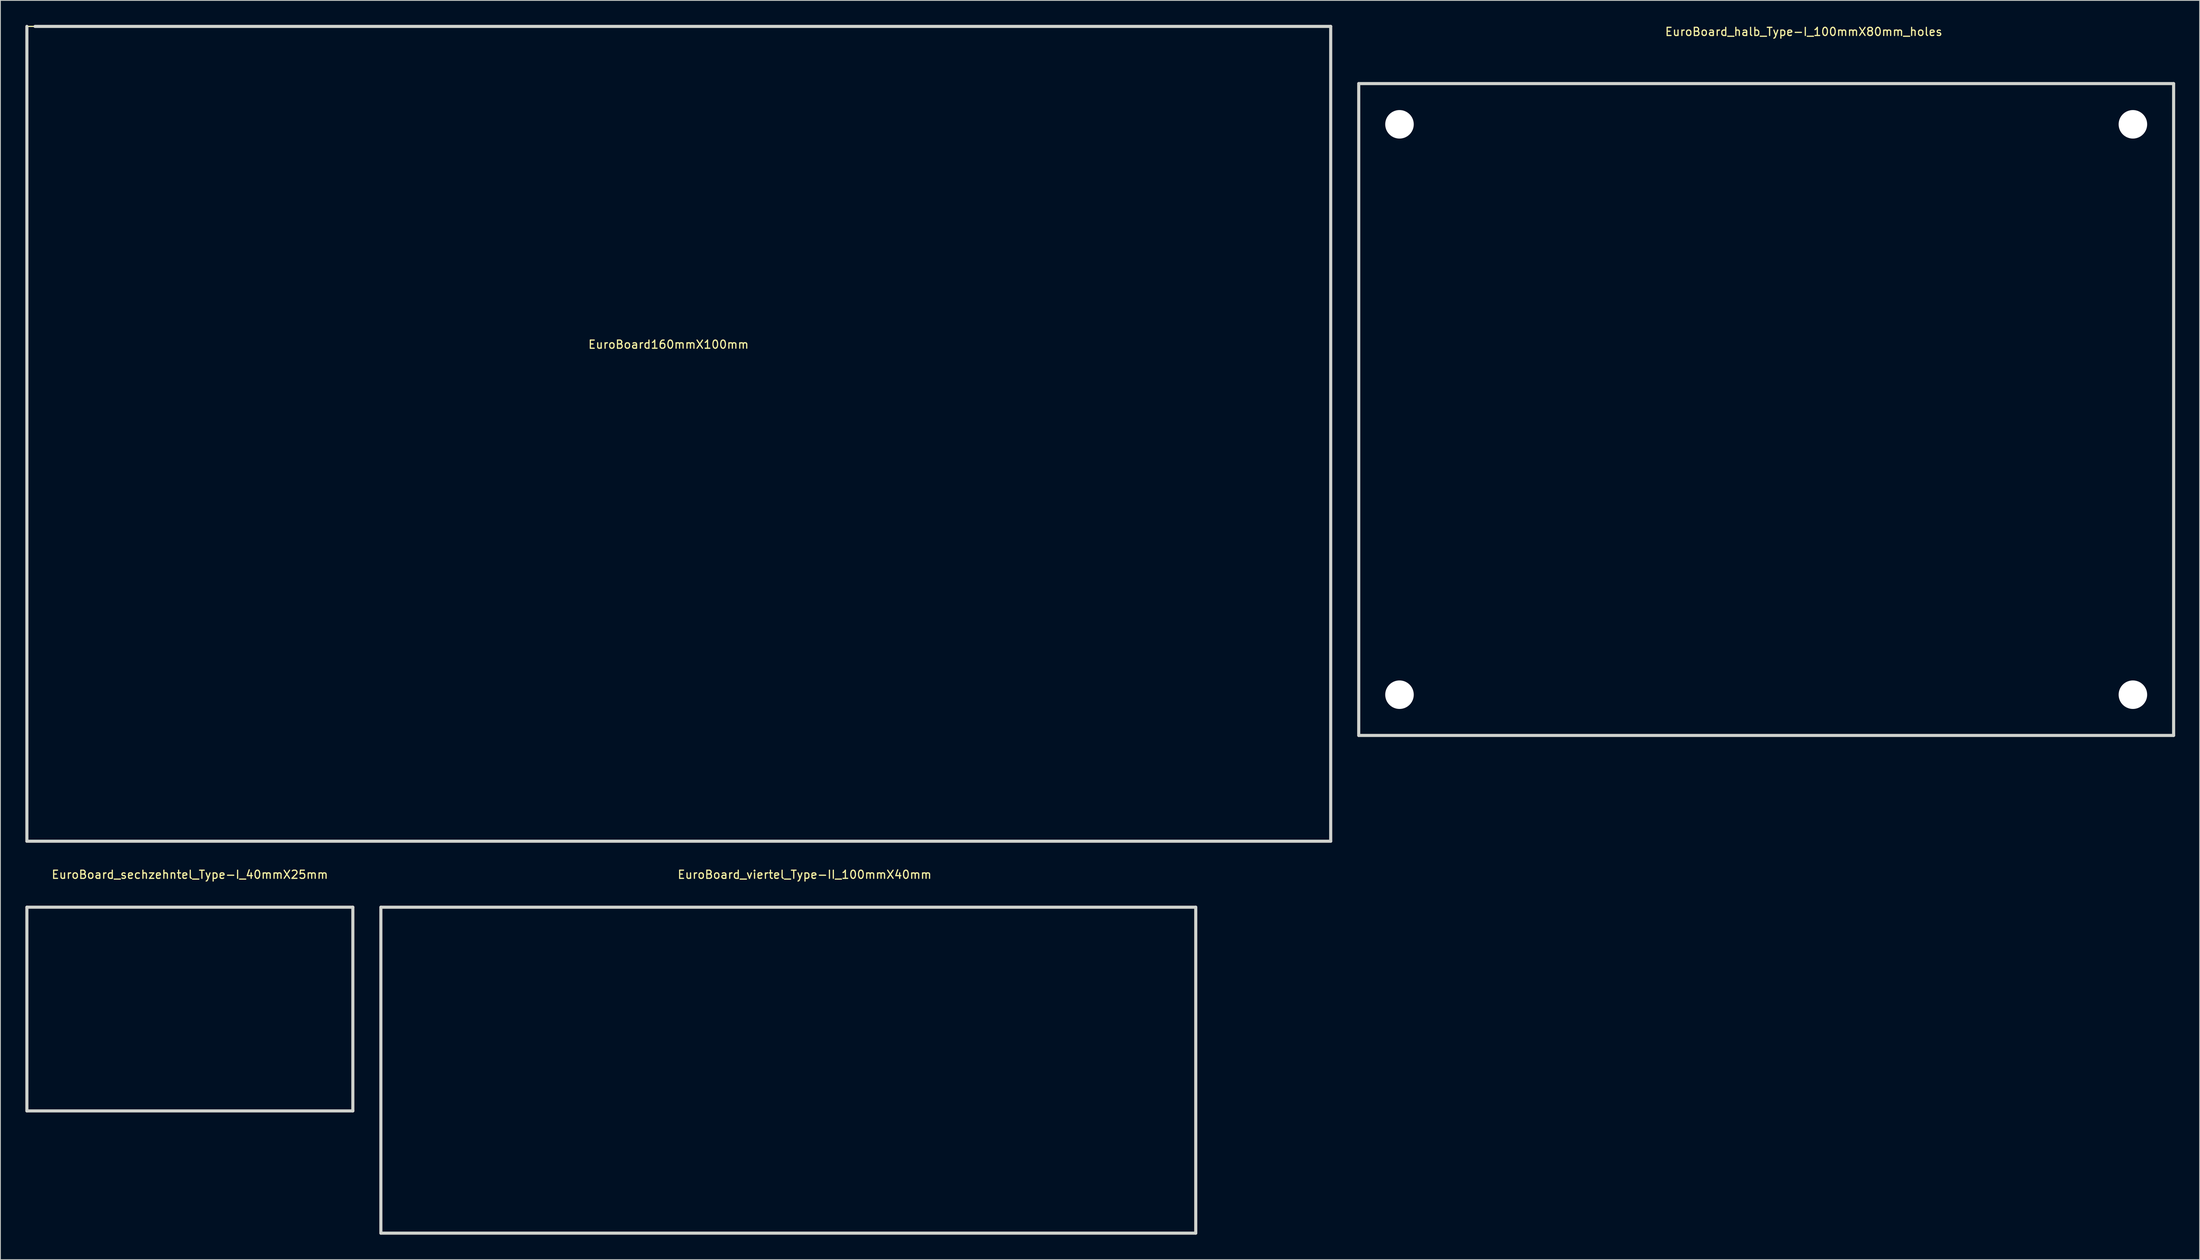
<source format=kicad_pcb>
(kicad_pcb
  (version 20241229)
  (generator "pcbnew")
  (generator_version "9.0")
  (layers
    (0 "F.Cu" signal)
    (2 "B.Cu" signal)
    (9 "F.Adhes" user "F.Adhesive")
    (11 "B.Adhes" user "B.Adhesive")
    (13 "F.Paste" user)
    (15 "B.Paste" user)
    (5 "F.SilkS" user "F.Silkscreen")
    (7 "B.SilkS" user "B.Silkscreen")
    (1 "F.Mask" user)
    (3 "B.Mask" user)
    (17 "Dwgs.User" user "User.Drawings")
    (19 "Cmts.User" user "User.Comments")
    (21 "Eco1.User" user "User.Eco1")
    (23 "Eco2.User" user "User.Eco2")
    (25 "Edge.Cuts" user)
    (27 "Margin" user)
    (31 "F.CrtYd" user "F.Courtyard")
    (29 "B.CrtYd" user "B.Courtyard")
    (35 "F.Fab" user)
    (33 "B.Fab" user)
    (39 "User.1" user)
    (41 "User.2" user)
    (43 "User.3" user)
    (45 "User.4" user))
  (footprint "EuroBoard160mmX100mm"
    (layer "F.Cu")
    (at 0.25 100.19)
    (property "Reference" "EuroBoard160mmX100mm" (at 78.74 -60.96 0) (layer "F.SilkS") (effects (font (size 1 1) (thickness 0.15))))
    (attr through_hole)
    (fp_line (start 1.001 -100) (end 0 -100) (stroke (width 0.15) (type solid)) (layer "F.SilkS"))
    (fp_line (start 0 -100) (end 0 0) (stroke (width 0.381) (type solid)) (layer "Edge.Cuts"))
    (fp_line (start 0 0) (end 160 0) (stroke (width 0.381) (type solid)) (layer "Edge.Cuts"))
    (fp_line (start 160 -100) (end 1.001 -100) (stroke (width 0.381) (type solid)) (layer "Edge.Cuts"))
    (fp_line (start 160 0) (end 160 -100) (stroke (width 0.381) (type solid)) (layer "Edge.Cuts")))
  (footprint "EuroBoard_halb_Type-I_100mmX80mm_holes"
    (layer "F.Cu")
    (at 163.69 87.208)
    (property "Reference" "EuroBoard_halb_Type-I_100mmX80mm_holes" (at 54.61 -86.36 0) (layer "F.SilkS") (effects (font (size 1 1) (thickness 0.15))))
    (attr through_hole)
    (fp_line (start 0 -80) (end 100 -80) (stroke (width 0.381) (type solid)) (layer "Edge.Cuts"))
    (fp_line (start 0 0) (end 0 -80) (stroke (width 0.381) (type solid)) (layer "Edge.Cuts"))
    (fp_line (start 100 -80) (end 100 0) (stroke (width 0.381) (type solid)) (layer "Edge.Cuts"))
    (fp_line (start 100 0) (end 0 0) (stroke (width 0.381) (type solid)) (layer "Edge.Cuts"))
    (pad "" np_thru_hole circle (at 5.001 -75.001) (size 3.5 3.5) (drill 3.5) (layers "*.Cu" "*.Mask"))
    (pad "" np_thru_hole circle (at 5.001 -5.001) (size 3.5 3.5) (drill 3.5) (layers "*.Cu" "*.Mask"))
    (pad "" np_thru_hole circle (at 95.001 -75.001) (size 3.5 3.5) (drill 3.5) (layers "*.Cu" "*.Mask"))
    (pad "" np_thru_hole circle (at 95.001 -5.001) (size 3.5 3.5) (drill 3.5) (layers "*.Cu" "*.Mask")))
  (footprint "EuroBoard_sechzehntel_Type-I_40mmX25mm"
    (layer "F.Cu")
    (at 0.25 133.288)
    (property "Reference" "EuroBoard_sechzehntel_Type-I_40mmX25mm" (at 20 -28.999 0) (layer "F.SilkS") (effects (font (size 1 1) (thickness 0.15))))
    (attr through_hole)
    (fp_line (start 0 -25.001) (end 0 0) (stroke (width 0.381) (type solid)) (layer "Edge.Cuts"))
    (fp_line (start 0 0) (end 40 0) (stroke (width 0.381) (type solid)) (layer "Edge.Cuts"))
    (fp_line (start 40 -25.001) (end 0 -25.001) (stroke (width 0.381) (type solid)) (layer "Edge.Cuts"))
    (fp_line (start 40 0) (end 40 -25.001) (stroke (width 0.381) (type solid)) (layer "Edge.Cuts")))
  (footprint "EuroBoard_viertel_Type-II_100mmX40mm"
    (layer "F.Cu")
    (at 43.69 148.289)
    (property "Reference" "EuroBoard_viertel_Type-II_100mmX40mm" (at 51.999 -44 0) (layer "F.SilkS") (effects (font (size 1 1) (thickness 0.15))))
    (attr through_hole)
    (fp_line (start 0 -40) (end 0 0) (stroke (width 0.381) (type solid)) (layer "Edge.Cuts"))
    (fp_line (start 0 0) (end 100 0) (stroke (width 0.381) (type solid)) (layer "Edge.Cuts"))
    (fp_line (start 100 -40) (end 0 -40) (stroke (width 0.381) (type solid)) (layer "Edge.Cuts"))
    (fp_line (start 100 0) (end 100 -40) (stroke (width 0.381) (type solid)) (layer "Edge.Cuts")))
  (gr_rect
    (start -3 -3)
    (end 266.88 151.539)
    (stroke (width 0.1) (type default))
    (fill no)
    (layer "Edge.Cuts")))
</source>
